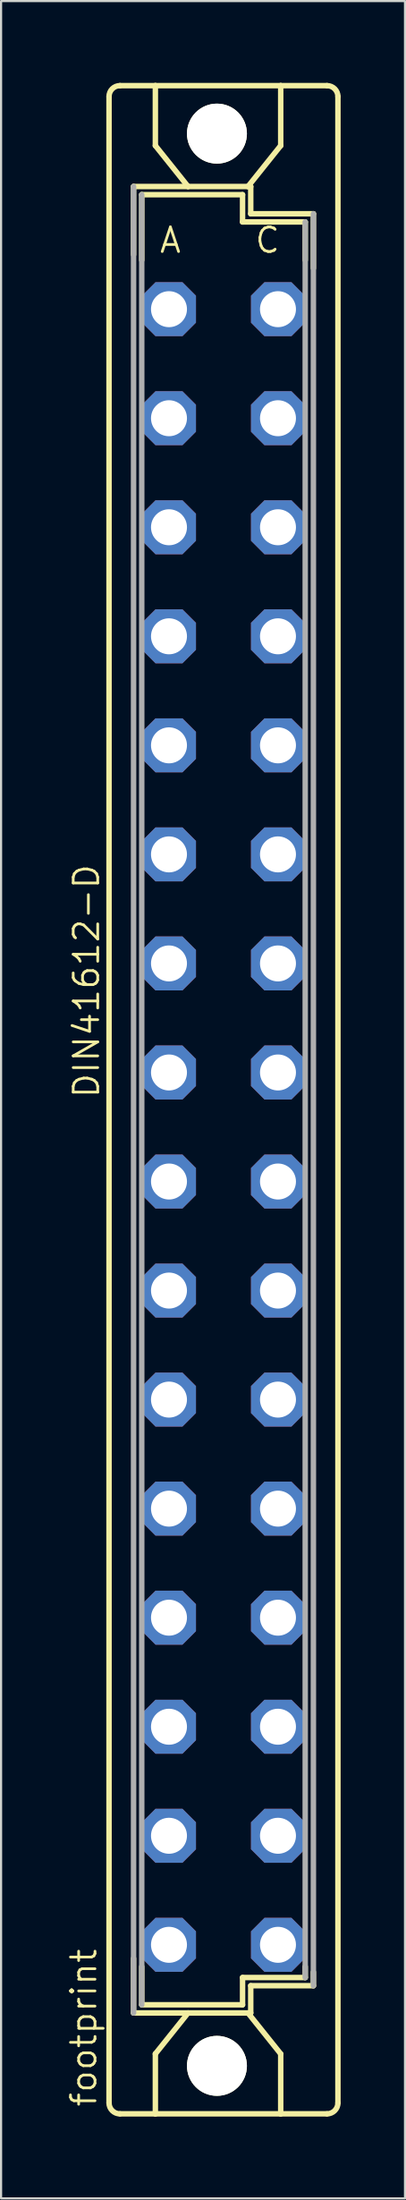
<source format=kicad_pcb>
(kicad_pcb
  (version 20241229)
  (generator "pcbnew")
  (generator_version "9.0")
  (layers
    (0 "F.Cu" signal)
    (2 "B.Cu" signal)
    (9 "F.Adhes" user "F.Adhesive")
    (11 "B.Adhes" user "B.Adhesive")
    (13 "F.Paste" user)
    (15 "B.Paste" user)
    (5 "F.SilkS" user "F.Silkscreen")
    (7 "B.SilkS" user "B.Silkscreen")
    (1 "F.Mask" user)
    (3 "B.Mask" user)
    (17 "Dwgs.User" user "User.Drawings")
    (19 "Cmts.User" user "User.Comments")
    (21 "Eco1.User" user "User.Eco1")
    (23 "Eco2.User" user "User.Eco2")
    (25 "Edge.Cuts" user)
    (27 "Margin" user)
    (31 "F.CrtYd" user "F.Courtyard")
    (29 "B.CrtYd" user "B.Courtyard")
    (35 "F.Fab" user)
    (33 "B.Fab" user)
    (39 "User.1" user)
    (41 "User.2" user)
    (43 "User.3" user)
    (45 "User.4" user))
  (footprint "footprint"
    (layer "F.Cu")
    (at 7.366 48.184)
    (property "Reference" "footprint" (at -5.842 46.99 90) (layer "F.SilkS") (effects (font (size 1.143 1.143) (thickness 0.127)) (justify left bottom)))
    (fp_line (start -5.334 46.736) (end -5.334 -46.736) (stroke (width 0.254) (type solid)) (layer "F.SilkS"))
    (fp_line (start -4.826 -47.244) (end -3.175 -47.244) (stroke (width 0.254) (type solid)) (layer "F.SilkS"))
    (fp_line (start -4.826 47.244) (end -3.175 47.244) (stroke (width 0.254) (type solid)) (layer "F.SilkS"))
    (fp_line (start -4.191 -42.545) (end -4.191 -39.37) (stroke (width 0.254) (type solid)) (layer "F.SilkS"))
    (fp_line (start -4.191 40.005) (end -4.191 42.545) (stroke (width 0.254) (type solid)) (layer "F.SilkS"))
    (fp_line (start -4.191 42.545) (end -1.651 42.545) (stroke (width 0.254) (type solid)) (layer "F.SilkS"))
    (fp_line (start -3.81 -42.164) (end -3.81 -39.116) (stroke (width 0.254) (type solid)) (layer "F.SilkS"))
    (fp_line (start -3.81 -42.164) (end 0.889 -42.164) (stroke (width 0.254) (type solid)) (layer "F.SilkS"))
    (fp_line (start -3.81 40.386) (end -3.81 42.164) (stroke (width 0.254) (type solid)) (layer "F.SilkS"))
    (fp_line (start -3.81 42.164) (end 0.889 42.164) (stroke (width 0.254) (type solid)) (layer "F.SilkS"))
    (fp_line (start -3.175 -47.244) (end -3.175 -44.45) (stroke (width 0.254) (type solid)) (layer "F.SilkS"))
    (fp_line (start -3.175 47.244) (end -3.175 44.45) (stroke (width 0.254) (type solid)) (layer "F.SilkS"))
    (fp_line (start -3.175 47.244) (end 2.667 47.244) (stroke (width 0.254) (type solid)) (layer "F.SilkS"))
    (fp_line (start -1.651 -42.545) (end -4.191 -42.545) (stroke (width 0.254) (type solid)) (layer "F.SilkS"))
    (fp_line (start -1.651 -42.545) (end -3.175 -44.45) (stroke (width 0.254) (type solid)) (layer "F.SilkS"))
    (fp_line (start -1.651 42.545) (end -3.175 44.45) (stroke (width 0.254) (type solid)) (layer "F.SilkS"))
    (fp_line (start -1.651 42.545) (end 1.143 42.545) (stroke (width 0.254) (type solid)) (layer "F.SilkS"))
    (fp_line (start 0.889 -42.164) (end 0.889 -40.894) (stroke (width 0.254) (type solid)) (layer "F.SilkS"))
    (fp_line (start 0.889 -40.894) (end 3.81 -40.894) (stroke (width 0.254) (type solid)) (layer "F.SilkS"))
    (fp_line (start 0.889 40.894) (end 3.81 40.894) (stroke (width 0.254) (type solid)) (layer "F.SilkS"))
    (fp_line (start 0.889 42.164) (end 0.889 40.894) (stroke (width 0.254) (type solid)) (layer "F.SilkS"))
    (fp_line (start 1.143 -42.545) (end -1.651 -42.545) (stroke (width 0.254) (type solid)) (layer "F.SilkS"))
    (fp_line (start 1.143 -42.545) (end 2.667 -44.45) (stroke (width 0.254) (type solid)) (layer "F.SilkS"))
    (fp_line (start 1.143 42.545) (end 1.27 42.545) (stroke (width 0.254) (type solid)) (layer "F.SilkS"))
    (fp_line (start 1.143 42.545) (end 2.667 44.45) (stroke (width 0.254) (type solid)) (layer "F.SilkS"))
    (fp_line (start 1.27 -42.545) (end 1.143 -42.545) (stroke (width 0.254) (type solid)) (layer "F.SilkS"))
    (fp_line (start 1.27 -41.275) (end 1.27 -42.545) (stroke (width 0.254) (type solid)) (layer "F.SilkS"))
    (fp_line (start 1.27 41.275) (end 4.191 41.275) (stroke (width 0.254) (type solid)) (layer "F.SilkS"))
    (fp_line (start 1.27 42.545) (end 1.27 41.275) (stroke (width 0.254) (type solid)) (layer "F.SilkS"))
    (fp_line (start 2.667 -47.244) (end -3.175 -47.244) (stroke (width 0.254) (type solid)) (layer "F.SilkS"))
    (fp_line (start 2.667 -47.244) (end 2.667 -44.45) (stroke (width 0.254) (type solid)) (layer "F.SilkS"))
    (fp_line (start 2.667 47.244) (end 2.667 44.45) (stroke (width 0.254) (type solid)) (layer "F.SilkS"))
    (fp_line (start 2.667 47.244) (end 4.826 47.244) (stroke (width 0.254) (type solid)) (layer "F.SilkS"))
    (fp_line (start 3.81 -40.894) (end 3.81 -39.116) (stroke (width 0.254) (type solid)) (layer "F.SilkS"))
    (fp_line (start 3.81 40.386) (end 3.81 40.894) (stroke (width 0.254) (type solid)) (layer "F.SilkS"))
    (fp_line (start 4.191 -41.275) (end 1.27 -41.275) (stroke (width 0.254) (type solid)) (layer "F.SilkS"))
    (fp_line (start 4.191 -38.735) (end 4.191 -41.275) (stroke (width 0.254) (type solid)) (layer "F.SilkS"))
    (fp_line (start 4.191 41.275) (end 4.191 40.64) (stroke (width 0.254) (type solid)) (layer "F.SilkS"))
    (fp_line (start 4.826 -47.244) (end 2.667 -47.244) (stroke (width 0.254) (type solid)) (layer "F.SilkS"))
    (fp_line (start 5.334 46.736) (end 5.334 -46.736) (stroke (width 0.254) (type solid)) (layer "F.SilkS"))
    (fp_arc (start -5.334 -46.736) (mid -5.18521 -47.09521) (end -4.826 -47.244) (stroke (width 0.254) (type solid)) (layer "F.SilkS"))
    (fp_arc (start -4.826 47.244) (mid -5.18521 47.09521) (end -5.334 46.736) (stroke (width 0.254) (type solid)) (layer "F.SilkS"))
    (fp_arc (start 4.826 -47.244) (mid 5.18521 -47.09521) (end 5.334 -46.736) (stroke (width 0.254) (type solid)) (layer "F.SilkS"))
    (fp_arc (start 5.334 46.736) (mid 5.18521 47.09521) (end 4.826 47.244) (stroke (width 0.254) (type solid)) (layer "F.SilkS"))
    (fp_circle (center -0.305 -45.009) (end 0.965 -45.009) (stroke (width 0.254) (type solid)) (fill no) (layer "F.SilkS"))
    (fp_circle (center -0.305 45.009) (end 0.965 45.009) (stroke (width 0.254) (type solid)) (fill no) (layer "F.SilkS"))
    (fp_line (start -4.191 -42.545) (end -4.191 42.545) (stroke (width 0.254) (type solid)) (layer "F.Fab"))
    (fp_line (start -3.81 -42.164) (end -3.81 42.164) (stroke (width 0.254) (type solid)) (layer "F.Fab"))
    (fp_line (start 3.81 -40.894) (end 3.81 40.894) (stroke (width 0.254) (type solid)) (layer "F.Fab"))
    (fp_line (start 4.191 41.275) (end 4.191 -41.275) (stroke (width 0.254) (type solid)) (layer "F.Fab"))
    (fp_poly (pts (xy -2.921 -36.195) (xy -2.159 -36.195) (xy -2.159 -37.465) (xy -2.921 -37.465)) (stroke (width 0.1) (type solid)) (fill no) (layer "F.Fab"))
    (fp_poly (pts (xy -2.921 -31.115) (xy -2.159 -31.115) (xy -2.159 -32.385) (xy -2.921 -32.385)) (stroke (width 0.1) (type solid)) (fill no) (layer "F.Fab"))
    (fp_poly (pts (xy -2.921 -26.035) (xy -2.159 -26.035) (xy -2.159 -27.305) (xy -2.921 -27.305)) (stroke (width 0.1) (type solid)) (fill no) (layer "F.Fab"))
    (fp_poly (pts (xy -2.921 -20.955) (xy -2.159 -20.955) (xy -2.159 -22.225) (xy -2.921 -22.225)) (stroke (width 0.1) (type solid)) (fill no) (layer "F.Fab"))
    (fp_poly (pts (xy -2.921 -15.875) (xy -2.159 -15.875) (xy -2.159 -17.145) (xy -2.921 -17.145)) (stroke (width 0.1) (type solid)) (fill no) (layer "F.Fab"))
    (fp_poly (pts (xy -2.921 -10.795) (xy -2.159 -10.795) (xy -2.159 -12.065) (xy -2.921 -12.065)) (stroke (width 0.1) (type solid)) (fill no) (layer "F.Fab"))
    (fp_poly (pts (xy -2.921 -5.715) (xy -2.159 -5.715) (xy -2.159 -6.985) (xy -2.921 -6.985)) (stroke (width 0.1) (type solid)) (fill no) (layer "F.Fab"))
    (fp_poly (pts (xy -2.921 -0.635) (xy -2.159 -0.635) (xy -2.159 -1.905) (xy -2.921 -1.905)) (stroke (width 0.1) (type solid)) (fill no) (layer "F.Fab"))
    (fp_poly (pts (xy -2.921 4.445) (xy -2.159 4.445) (xy -2.159 3.175) (xy -2.921 3.175)) (stroke (width 0.1) (type solid)) (fill no) (layer "F.Fab"))
    (fp_poly (pts (xy -2.921 9.525) (xy -2.159 9.525) (xy -2.159 8.255) (xy -2.921 8.255)) (stroke (width 0.1) (type solid)) (fill no) (layer "F.Fab"))
    (fp_poly (pts (xy -2.921 14.605) (xy -2.159 14.605) (xy -2.159 13.335) (xy -2.921 13.335)) (stroke (width 0.1) (type solid)) (fill no) (layer "F.Fab"))
    (fp_poly (pts (xy -2.921 19.685) (xy -2.159 19.685) (xy -2.159 18.415) (xy -2.921 18.415)) (stroke (width 0.1) (type solid)) (fill no) (layer "F.Fab"))
    (fp_poly (pts (xy -2.921 24.765) (xy -2.159 24.765) (xy -2.159 23.495) (xy -2.921 23.495)) (stroke (width 0.1) (type solid)) (fill no) (layer "F.Fab"))
    (fp_poly (pts (xy -2.921 29.845) (xy -2.159 29.845) (xy -2.159 28.575) (xy -2.921 28.575)) (stroke (width 0.1) (type solid)) (fill no) (layer "F.Fab"))
    (fp_poly (pts (xy -2.921 34.925) (xy -2.159 34.925) (xy -2.159 33.655) (xy -2.921 33.655)) (stroke (width 0.1) (type solid)) (fill no) (layer "F.Fab"))
    (fp_poly (pts (xy -2.921 40.005) (xy -2.159 40.005) (xy -2.159 38.735) (xy -2.921 38.735)) (stroke (width 0.1) (type solid)) (fill no) (layer "F.Fab"))
    (fp_poly (pts (xy 2.159 -36.195) (xy 2.921 -36.195) (xy 2.921 -37.465) (xy 2.159 -37.465)) (stroke (width 0.1) (type solid)) (fill no) (layer "F.Fab"))
    (fp_poly (pts (xy 2.159 -31.115) (xy 2.921 -31.115) (xy 2.921 -32.385) (xy 2.159 -32.385)) (stroke (width 0.1) (type solid)) (fill no) (layer "F.Fab"))
    (fp_poly (pts (xy 2.159 -26.035) (xy 2.921 -26.035) (xy 2.921 -27.305) (xy 2.159 -27.305)) (stroke (width 0.1) (type solid)) (fill no) (layer "F.Fab"))
    (fp_poly (pts (xy 2.159 -20.955) (xy 2.921 -20.955) (xy 2.921 -22.225) (xy 2.159 -22.225)) (stroke (width 0.1) (type solid)) (fill no) (layer "F.Fab"))
    (fp_poly (pts (xy 2.159 -15.875) (xy 2.921 -15.875) (xy 2.921 -17.145) (xy 2.159 -17.145)) (stroke (width 0.1) (type solid)) (fill no) (layer "F.Fab"))
    (fp_poly (pts (xy 2.159 -10.795) (xy 2.921 -10.795) (xy 2.921 -12.065) (xy 2.159 -12.065)) (stroke (width 0.1) (type solid)) (fill no) (layer "F.Fab"))
    (fp_poly (pts (xy 2.159 -5.715) (xy 2.921 -5.715) (xy 2.921 -6.985) (xy 2.159 -6.985)) (stroke (width 0.1) (type solid)) (fill no) (layer "F.Fab"))
    (fp_poly (pts (xy 2.159 -0.635) (xy 2.921 -0.635) (xy 2.921 -1.905) (xy 2.159 -1.905)) (stroke (width 0.1) (type solid)) (fill no) (layer "F.Fab"))
    (fp_poly (pts (xy 2.159 4.445) (xy 2.921 4.445) (xy 2.921 3.175) (xy 2.159 3.175)) (stroke (width 0.1) (type solid)) (fill no) (layer "F.Fab"))
    (fp_poly (pts (xy 2.159 9.525) (xy 2.921 9.525) (xy 2.921 8.255) (xy 2.159 8.255)) (stroke (width 0.1) (type solid)) (fill no) (layer "F.Fab"))
    (fp_poly (pts (xy 2.159 14.605) (xy 2.921 14.605) (xy 2.921 13.335) (xy 2.159 13.335)) (stroke (width 0.1) (type solid)) (fill no) (layer "F.Fab"))
    (fp_poly (pts (xy 2.159 19.685) (xy 2.921 19.685) (xy 2.921 18.415) (xy 2.159 18.415)) (stroke (width 0.1) (type solid)) (fill no) (layer "F.Fab"))
    (fp_poly (pts (xy 2.159 24.765) (xy 2.921 24.765) (xy 2.921 23.495) (xy 2.159 23.495)) (stroke (width 0.1) (type solid)) (fill no) (layer "F.Fab"))
    (fp_poly (pts (xy 2.159 29.845) (xy 2.921 29.845) (xy 2.921 28.575) (xy 2.159 28.575)) (stroke (width 0.1) (type solid)) (fill no) (layer "F.Fab"))
    (fp_poly (pts (xy 2.159 34.925) (xy 2.921 34.925) (xy 2.921 33.655) (xy 2.159 33.655)) (stroke (width 0.1) (type solid)) (fill no) (layer "F.Fab"))
    (fp_poly (pts (xy 2.159 40.005) (xy 2.921 40.005) (xy 2.921 38.735) (xy 2.159 38.735)) (stroke (width 0.1) (type solid)) (fill no) (layer "F.Fab"))
    (fp_text user "A" (at -3.048 -39.37 0) (layer "F.SilkS") (effects (font (size 1.143 1.143) (thickness 0.127)) (justify left bottom)))
    (fp_text user "C" (at 1.397 -39.37 0) (layer "F.SilkS") (effects (font (size 1.143 1.143) (thickness 0.127)) (justify left bottom)))
    (fp_text user "DIN41612-D" (at -5.715 0 90) (layer "F.SilkS") (effects (font (size 1.143 1.143) (thickness 0.127)) (justify left bottom)))
    (pad "" np_thru_hole circle (at -0.305 -45.009) (size 2.794 2.794) (drill 2.794) (layers "*.Cu" "*.Mask"))
    (pad "" np_thru_hole circle (at -0.305 45.009) (size 2.794 2.794) (drill 2.794) (layers "*.Cu" "*.Mask"))
    (pad "A2" thru_hole roundrect (at -2.54 -36.83) (size 2.515 2.515) (drill 1.676) (layers "*.Cu" "*.Mask") (roundrect_rratio 0.25) (chamfer_ratio 0.25) (chamfer top_left top_right bottom_left bottom_right))
    (pad "A4" thru_hole roundrect (at -2.54 -31.75) (size 2.515 2.515) (drill 1.676) (layers "*.Cu" "*.Mask") (roundrect_rratio 0.25) (chamfer_ratio 0.25) (chamfer top_left top_right bottom_left bottom_right))
    (pad "A6" thru_hole roundrect (at -2.54 -26.67) (size 2.515 2.515) (drill 1.676) (layers "*.Cu" "*.Mask") (roundrect_rratio 0.25) (chamfer_ratio 0.25) (chamfer top_left top_right bottom_left bottom_right))
    (pad "A8" thru_hole roundrect (at -2.54 -21.59) (size 2.515 2.515) (drill 1.676) (layers "*.Cu" "*.Mask") (roundrect_rratio 0.25) (chamfer_ratio 0.25) (chamfer top_left top_right bottom_left bottom_right))
    (pad "A10" thru_hole roundrect (at -2.54 -16.51) (size 2.515 2.515) (drill 1.676) (layers "*.Cu" "*.Mask") (roundrect_rratio 0.25) (chamfer_ratio 0.25) (chamfer top_left top_right bottom_left bottom_right))
    (pad "A12" thru_hole roundrect (at -2.54 -11.43) (size 2.515 2.515) (drill 1.676) (layers "*.Cu" "*.Mask") (roundrect_rratio 0.25) (chamfer_ratio 0.25) (chamfer top_left top_right bottom_left bottom_right))
    (pad "A14" thru_hole roundrect (at -2.54 -6.35) (size 2.515 2.515) (drill 1.676) (layers "*.Cu" "*.Mask") (roundrect_rratio 0.25) (chamfer_ratio 0.25) (chamfer top_left top_right bottom_left bottom_right))
    (pad "A16" thru_hole roundrect (at -2.54 -1.27) (size 2.515 2.515) (drill 1.676) (layers "*.Cu" "*.Mask") (roundrect_rratio 0.25) (chamfer_ratio 0.25) (chamfer top_left top_right bottom_left bottom_right))
    (pad "A18" thru_hole roundrect (at -2.54 3.81) (size 2.515 2.515) (drill 1.676) (layers "*.Cu" "*.Mask") (roundrect_rratio 0.25) (chamfer_ratio 0.25) (chamfer top_left top_right bottom_left bottom_right))
    (pad "A20" thru_hole roundrect (at -2.54 8.89) (size 2.515 2.515) (drill 1.676) (layers "*.Cu" "*.Mask") (roundrect_rratio 0.25) (chamfer_ratio 0.25) (chamfer top_left top_right bottom_left bottom_right))
    (pad "A22" thru_hole roundrect (at -2.54 13.97) (size 2.515 2.515) (drill 1.676) (layers "*.Cu" "*.Mask") (roundrect_rratio 0.25) (chamfer_ratio 0.25) (chamfer top_left top_right bottom_left bottom_right))
    (pad "A24" thru_hole roundrect (at -2.54 19.05) (size 2.515 2.515) (drill 1.676) (layers "*.Cu" "*.Mask") (roundrect_rratio 0.25) (chamfer_ratio 0.25) (chamfer top_left top_right bottom_left bottom_right))
    (pad "A26" thru_hole roundrect (at -2.54 24.13) (size 2.515 2.515) (drill 1.676) (layers "*.Cu" "*.Mask") (roundrect_rratio 0.25) (chamfer_ratio 0.25) (chamfer top_left top_right bottom_left bottom_right))
    (pad "A28" thru_hole roundrect (at -2.54 29.21) (size 2.515 2.515) (drill 1.676) (layers "*.Cu" "*.Mask") (roundrect_rratio 0.25) (chamfer_ratio 0.25) (chamfer top_left top_right bottom_left bottom_right))
    (pad "A30" thru_hole roundrect (at -2.54 34.29) (size 2.515 2.515) (drill 1.676) (layers "*.Cu" "*.Mask") (roundrect_rratio 0.25) (chamfer_ratio 0.25) (chamfer top_left top_right bottom_left bottom_right))
    (pad "A32" thru_hole roundrect (at -2.54 39.37) (size 2.515 2.515) (drill 1.676) (layers "*.Cu" "*.Mask") (roundrect_rratio 0.25) (chamfer_ratio 0.25) (chamfer top_left top_right bottom_left bottom_right))
    (pad "C2" thru_hole roundrect (at 2.54 -36.83) (size 2.515 2.515) (drill 1.676) (layers "*.Cu" "*.Mask") (roundrect_rratio 0.25) (chamfer_ratio 0.25) (chamfer top_left top_right bottom_left bottom_right))
    (pad "C4" thru_hole roundrect (at 2.54 -31.75) (size 2.515 2.515) (drill 1.676) (layers "*.Cu" "*.Mask") (roundrect_rratio 0.25) (chamfer_ratio 0.25) (chamfer top_left top_right bottom_left bottom_right))
    (pad "C6" thru_hole roundrect (at 2.54 -26.67) (size 2.515 2.515) (drill 1.676) (layers "*.Cu" "*.Mask") (roundrect_rratio 0.25) (chamfer_ratio 0.25) (chamfer top_left top_right bottom_left bottom_right))
    (pad "C8" thru_hole roundrect (at 2.54 -21.59) (size 2.515 2.515) (drill 1.676) (layers "*.Cu" "*.Mask") (roundrect_rratio 0.25) (chamfer_ratio 0.25) (chamfer top_left top_right bottom_left bottom_right))
    (pad "C10" thru_hole roundrect (at 2.54 -16.51) (size 2.515 2.515) (drill 1.676) (layers "*.Cu" "*.Mask") (roundrect_rratio 0.25) (chamfer_ratio 0.25) (chamfer top_left top_right bottom_left bottom_right))
    (pad "C12" thru_hole roundrect (at 2.54 -11.43) (size 2.515 2.515) (drill 1.676) (layers "*.Cu" "*.Mask") (roundrect_rratio 0.25) (chamfer_ratio 0.25) (chamfer top_left top_right bottom_left bottom_right))
    (pad "C14" thru_hole roundrect (at 2.54 -6.35) (size 2.515 2.515) (drill 1.676) (layers "*.Cu" "*.Mask") (roundrect_rratio 0.25) (chamfer_ratio 0.25) (chamfer top_left top_right bottom_left bottom_right))
    (pad "C16" thru_hole roundrect (at 2.54 -1.27) (size 2.515 2.515) (drill 1.676) (layers "*.Cu" "*.Mask") (roundrect_rratio 0.25) (chamfer_ratio 0.25) (chamfer top_left top_right bottom_left bottom_right))
    (pad "C18" thru_hole roundrect (at 2.54 3.81) (size 2.515 2.515) (drill 1.676) (layers "*.Cu" "*.Mask") (roundrect_rratio 0.25) (chamfer_ratio 0.25) (chamfer top_left top_right bottom_left bottom_right))
    (pad "C20" thru_hole roundrect (at 2.54 8.89) (size 2.515 2.515) (drill 1.676) (layers "*.Cu" "*.Mask") (roundrect_rratio 0.25) (chamfer_ratio 0.25) (chamfer top_left top_right bottom_left bottom_right))
    (pad "C22" thru_hole roundrect (at 2.54 13.97) (size 2.515 2.515) (drill 1.676) (layers "*.Cu" "*.Mask") (roundrect_rratio 0.25) (chamfer_ratio 0.25) (chamfer top_left top_right bottom_left bottom_right))
    (pad "C24" thru_hole roundrect (at 2.54 19.05) (size 2.515 2.515) (drill 1.676) (layers "*.Cu" "*.Mask") (roundrect_rratio 0.25) (chamfer_ratio 0.25) (chamfer top_left top_right bottom_left bottom_right))
    (pad "C26" thru_hole roundrect (at 2.54 24.13) (size 2.515 2.515) (drill 1.676) (layers "*.Cu" "*.Mask") (roundrect_rratio 0.25) (chamfer_ratio 0.25) (chamfer top_left top_right bottom_left bottom_right))
    (pad "C28" thru_hole roundrect (at 2.54 29.21) (size 2.515 2.515) (drill 1.676) (layers "*.Cu" "*.Mask") (roundrect_rratio 0.25) (chamfer_ratio 0.25) (chamfer top_left top_right bottom_left bottom_right))
    (pad "C30" thru_hole roundrect (at 2.54 34.29) (size 2.515 2.515) (drill 1.676) (layers "*.Cu" "*.Mask") (roundrect_rratio 0.25) (chamfer_ratio 0.25) (chamfer top_left top_right bottom_left bottom_right))
    (pad "C32" thru_hole roundrect (at 2.54 39.37) (size 2.515 2.515) (drill 1.676) (layers "*.Cu" "*.Mask") (roundrect_rratio 0.25) (chamfer_ratio 0.25) (chamfer top_left top_right bottom_left bottom_right))
    (zone (net_name "") (layers "F.Cu" "B.Cu") (hatch edge 0.508) (connect_pads) (min_thickness 0.254) (filled_areas_thickness no) (keepout (tracks allowed) (vias not_allowed) (pads allowed) (copperpour allowed) (footprints allowed)) (placement (enabled no)) (fill) (polygon (pts (xy 10.236 3.175) (xy 10.188 2.624) (xy 10.045 2.089) (xy 9.811 1.587) (xy 9.493 1.134) (xy 9.102 0.743) (xy 8.649 0.425) (xy 8.147 0.191) (xy 7.613 0.048) (xy 7.061 0) (xy 6.51 0.048) (xy 5.975 0.191) (xy 5.474 0.425) (xy 5.02 0.743) (xy 4.629 1.134) (xy 4.312 1.587) (xy 4.078 2.089) (xy 3.934 2.624) (xy 3.886 3.175) (xy 3.934 3.726) (xy 4.078 4.261) (xy 4.312 4.763) (xy 4.629 5.216) (xy 5.02 5.607) (xy 5.474 5.925) (xy 5.975 6.159) (xy 6.51 6.302) (xy 7.061 6.35) (xy 7.613 6.302) (xy 8.147 6.159) (xy 8.649 5.925) (xy 9.102 5.607) (xy 9.493 5.216) (xy 9.811 4.763) (xy 10.045 4.261) (xy 10.188 3.726))) (polygon (pts (xy 8.458 3.175) (xy 8.437 2.932) (xy 8.374 2.697) (xy 8.271 2.477) (xy 8.131 2.277) (xy 7.959 2.105) (xy 7.76 1.965) (xy 7.539 1.862) (xy 7.304 1.799) (xy 7.061 1.778) (xy 6.819 1.799) (xy 6.583 1.862) (xy 6.363 1.965) (xy 6.163 2.105) (xy 5.991 2.277) (xy 5.851 2.477) (xy 5.748 2.697) (xy 5.685 2.932) (xy 5.664 3.175) (xy 5.685 3.418) (xy 5.748 3.653) (xy 5.851 3.873) (xy 5.991 4.073) (xy 6.163 4.245) (xy 6.363 4.385) (xy 6.583 4.488) (xy 6.819 4.551) (xy 7.061 4.572) (xy 7.304 4.551) (xy 7.539 4.488) (xy 7.76 4.385) (xy 7.959 4.245) (xy 8.131 4.073) (xy 8.271 3.873) (xy 8.374 3.653) (xy 8.437 3.418))))
    (zone (net_name "") (layers "F.Cu" "B.Cu") (hatch edge 0.508) (connect_pads) (min_thickness 0.254) (filled_areas_thickness no) (keepout (tracks allowed) (vias not_allowed) (pads allowed) (copperpour allowed) (footprints allowed)) (placement (enabled no)) (fill) (polygon (pts (xy 10.236 93.193) (xy 10.188 92.641) (xy 10.045 92.107) (xy 9.811 91.605) (xy 9.493 91.152) (xy 9.102 90.76) (xy 8.649 90.443) (xy 8.147 90.209) (xy 7.613 90.066) (xy 7.061 90.018) (xy 6.51 90.066) (xy 5.975 90.209) (xy 5.474 90.443) (xy 5.02 90.76) (xy 4.629 91.152) (xy 4.312 91.605) (xy 4.078 92.107) (xy 3.934 92.641) (xy 3.886 93.193) (xy 3.934 93.744) (xy 4.078 94.279) (xy 4.312 94.78) (xy 4.629 95.233) (xy 5.02 95.625) (xy 5.474 95.942) (xy 5.975 96.176) (xy 6.51 96.319) (xy 7.061 96.368) (xy 7.613 96.319) (xy 8.147 96.176) (xy 8.649 95.942) (xy 9.102 95.625) (xy 9.493 95.233) (xy 9.811 94.78) (xy 10.045 94.279) (xy 10.188 93.744))) (polygon (pts (xy 8.458 93.193) (xy 8.437 92.95) (xy 8.374 92.715) (xy 8.271 92.494) (xy 8.131 92.295) (xy 7.959 92.122) (xy 7.76 91.983) (xy 7.539 91.88) (xy 7.304 91.817) (xy 7.061 91.796) (xy 6.819 91.817) (xy 6.583 91.88) (xy 6.363 91.983) (xy 6.163 92.122) (xy 5.991 92.295) (xy 5.851 92.494) (xy 5.748 92.715) (xy 5.685 92.95) (xy 5.664 93.193) (xy 5.685 93.435) (xy 5.748 93.67) (xy 5.851 93.891) (xy 5.991 94.091) (xy 6.163 94.263) (xy 6.363 94.402) (xy 6.583 94.505) (xy 6.819 94.568) (xy 7.061 94.59) (xy 7.304 94.568) (xy 7.539 94.505) (xy 7.76 94.402) (xy 7.959 94.263) (xy 8.131 94.091) (xy 8.271 93.891) (xy 8.374 93.67) (xy 8.437 93.435))))
    (zone (net_name "") (layer "B.Cu") (hatch edge 0.508) (connect_pads) (min_thickness 0.254) (filled_areas_thickness no) (keepout (tracks not_allowed) (vias not_allowed) (pads not_allowed) (copperpour not_allowed) (footprints allowed)) (placement (enabled no)) (fill) (polygon (pts (xy 10.236 3.175) (xy 10.188 2.624) (xy 10.045 2.089) (xy 9.811 1.587) (xy 9.493 1.134) (xy 9.102 0.743) (xy 8.649 0.425) (xy 8.147 0.191) (xy 7.613 0.048) (xy 7.061 0) (xy 6.51 0.048) (xy 5.975 0.191) (xy 5.474 0.425) (xy 5.02 0.743) (xy 4.629 1.134) (xy 4.312 1.587) (xy 4.078 2.089) (xy 3.934 2.624) (xy 3.886 3.175) (xy 3.934 3.726) (xy 4.078 4.261) (xy 4.312 4.763) (xy 4.629 5.216) (xy 5.02 5.607) (xy 5.474 5.925) (xy 5.975 6.159) (xy 6.51 6.302) (xy 7.061 6.35) (xy 7.613 6.302) (xy 8.147 6.159) (xy 8.649 5.925) (xy 9.102 5.607) (xy 9.493 5.216) (xy 9.811 4.763) (xy 10.045 4.261) (xy 10.188 3.726))) (polygon (pts (xy 8.458 3.175) (xy 8.437 2.932) (xy 8.374 2.697) (xy 8.271 2.477) (xy 8.131 2.277) (xy 7.959 2.105) (xy 7.76 1.965) (xy 7.539 1.862) (xy 7.304 1.799) (xy 7.061 1.778) (xy 6.819 1.799) (xy 6.583 1.862) (xy 6.363 1.965) (xy 6.163 2.105) (xy 5.991 2.277) (xy 5.851 2.477) (xy 5.748 2.697) (xy 5.685 2.932) (xy 5.664 3.175) (xy 5.685 3.418) (xy 5.748 3.653) (xy 5.851 3.873) (xy 5.991 4.073) (xy 6.163 4.245) (xy 6.363 4.385) (xy 6.583 4.488) (xy 6.819 4.551) (xy 7.061 4.572) (xy 7.304 4.551) (xy 7.539 4.488) (xy 7.76 4.385) (xy 7.959 4.245) (xy 8.131 4.073) (xy 8.271 3.873) (xy 8.374 3.653) (xy 8.437 3.418))))
    (zone (net_name "") (layer "B.Cu") (hatch edge 0.508) (connect_pads) (min_thickness 0.254) (filled_areas_thickness no) (keepout (tracks not_allowed) (vias not_allowed) (pads not_allowed) (copperpour not_allowed) (footprints allowed)) (placement (enabled no)) (fill) (polygon (pts (xy 10.236 93.193) (xy 10.188 92.641) (xy 10.045 92.107) (xy 9.811 91.605) (xy 9.493 91.152) (xy 9.102 90.76) (xy 8.649 90.443) (xy 8.147 90.209) (xy 7.613 90.066) (xy 7.061 90.018) (xy 6.51 90.066) (xy 5.975 90.209) (xy 5.474 90.443) (xy 5.02 90.76) (xy 4.629 91.152) (xy 4.312 91.605) (xy 4.078 92.107) (xy 3.934 92.641) (xy 3.886 93.193) (xy 3.934 93.744) (xy 4.078 94.279) (xy 4.312 94.78) (xy 4.629 95.233) (xy 5.02 95.625) (xy 5.474 95.942) (xy 5.975 96.176) (xy 6.51 96.319) (xy 7.061 96.368) (xy 7.613 96.319) (xy 8.147 96.176) (xy 8.649 95.942) (xy 9.102 95.625) (xy 9.493 95.233) (xy 9.811 94.78) (xy 10.045 94.279) (xy 10.188 93.744))) (polygon (pts (xy 8.458 93.193) (xy 8.437 92.95) (xy 8.374 92.715) (xy 8.271 92.494) (xy 8.131 92.295) (xy 7.959 92.122) (xy 7.76 91.983) (xy 7.539 91.88) (xy 7.304 91.817) (xy 7.061 91.796) (xy 6.819 91.817) (xy 6.583 91.88) (xy 6.363 91.983) (xy 6.163 92.122) (xy 5.991 92.295) (xy 5.851 92.494) (xy 5.748 92.715) (xy 5.685 92.95) (xy 5.664 93.193) (xy 5.685 93.435) (xy 5.748 93.67) (xy 5.851 93.891) (xy 5.991 94.091) (xy 6.163 94.263) (xy 6.363 94.402) (xy 6.583 94.505) (xy 6.819 94.568) (xy 7.061 94.59) (xy 7.304 94.568) (xy 7.539 94.505) (xy 7.76 94.402) (xy 7.959 94.263) (xy 8.131 94.091) (xy 8.271 93.891) (xy 8.374 93.67) (xy 8.437 93.435)))))
  (gr_rect
    (start -3 -3)
    (end 15.827 99.368)
    (stroke (width 0.1) (type default))
    (fill no)
    (layer "Edge.Cuts")))
</source>
